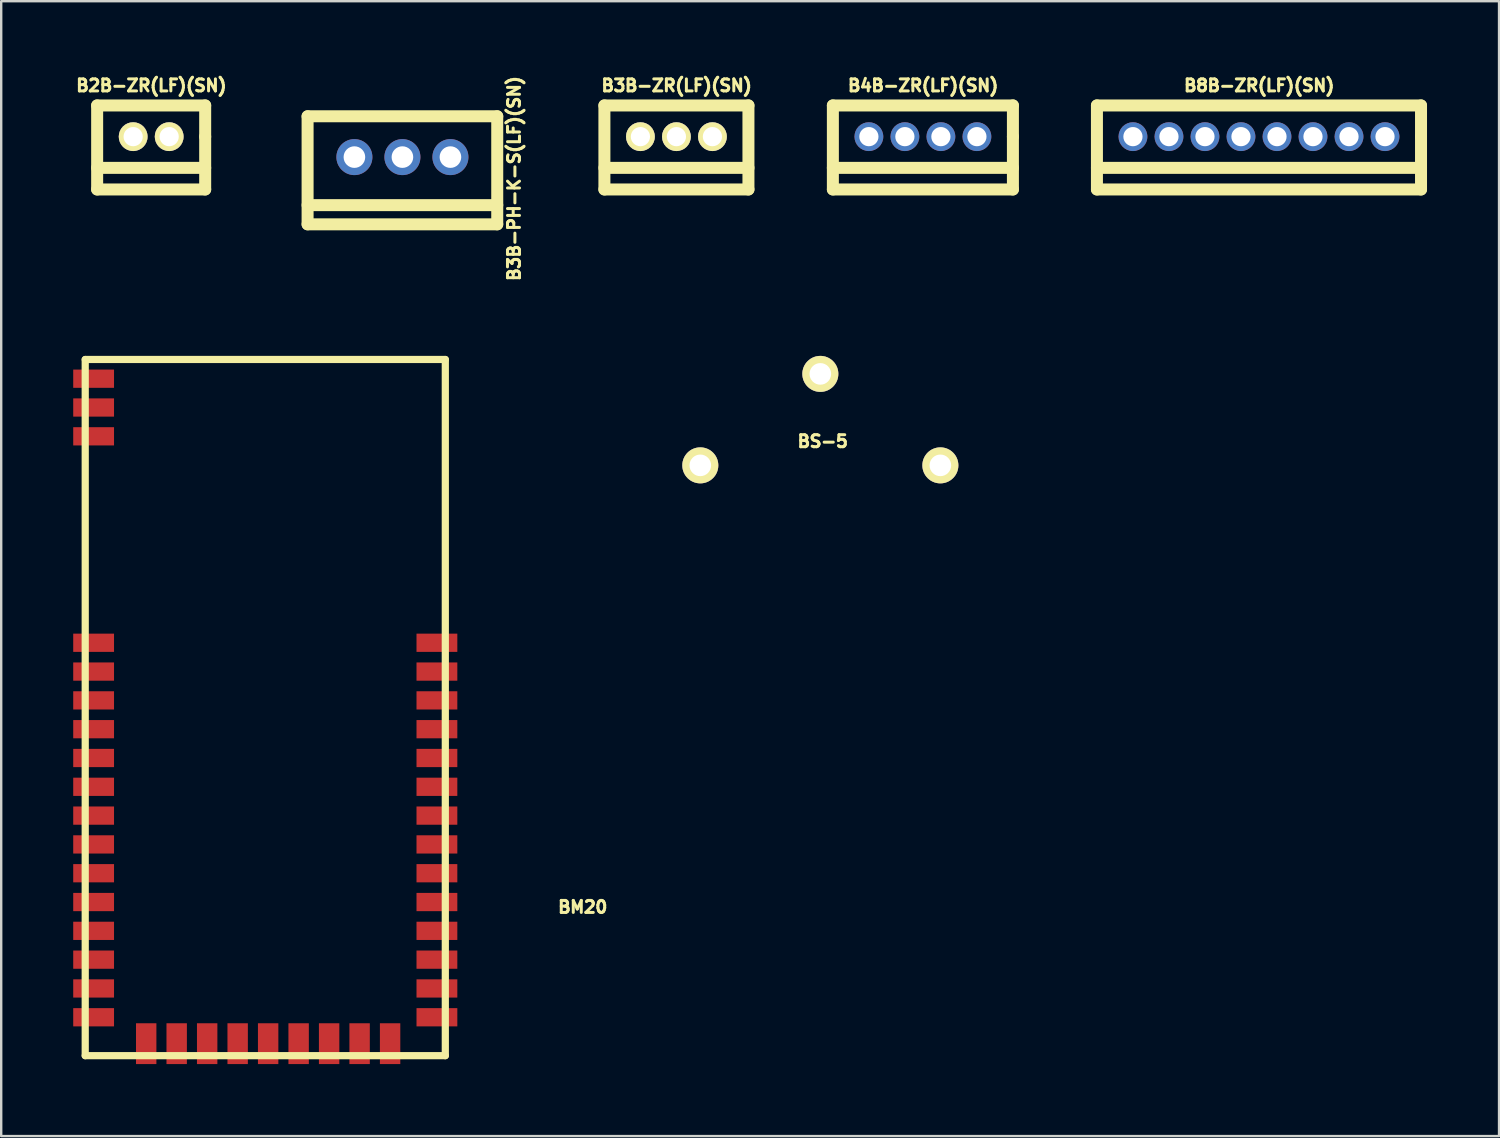
<source format=kicad_pcb>
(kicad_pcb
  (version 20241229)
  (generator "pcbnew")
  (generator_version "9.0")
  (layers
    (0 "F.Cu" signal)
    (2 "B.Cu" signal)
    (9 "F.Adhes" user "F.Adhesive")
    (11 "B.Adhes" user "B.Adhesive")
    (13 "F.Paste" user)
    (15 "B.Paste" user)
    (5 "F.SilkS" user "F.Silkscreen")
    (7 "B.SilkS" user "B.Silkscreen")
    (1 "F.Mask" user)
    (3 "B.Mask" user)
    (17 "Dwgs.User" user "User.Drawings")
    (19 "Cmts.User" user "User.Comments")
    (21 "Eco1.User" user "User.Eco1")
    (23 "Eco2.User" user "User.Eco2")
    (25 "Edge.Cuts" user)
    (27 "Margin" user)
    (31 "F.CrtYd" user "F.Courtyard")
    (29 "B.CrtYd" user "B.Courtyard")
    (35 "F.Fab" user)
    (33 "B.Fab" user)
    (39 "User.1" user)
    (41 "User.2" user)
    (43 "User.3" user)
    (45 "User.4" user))
  (footprint "BS-5"
    (layer "F.Cu")
    (at 31.122 14.43)
    (property "Reference" "BS-5" (at 0.099 0.904 0) (layer "F.SilkS") (effects (font (size 0.5 0.5) (thickness 0.125))))
    (attr through_hole)
    (pad "" np_thru_hole circle (at 5 1.905) (size 1.5 1.5) (drill 0.9) (layers "*.Cu" "*.Mask" "F.SilkS"))
    (pad "1" thru_hole circle (at -5 1.905) (size 1.5 1.5) (drill 0.9) (layers "*.Cu" "*.Mask" "F.SilkS"))
    (pad "2" thru_hole circle (at 0 -1.905) (size 1.5 1.5) (drill 0.9) (layers "*.Cu" "*.Mask" "F.SilkS")))
  (footprint "B3B-ZR(LF)(SN)"
    (layer "F.Cu")
    (at 25.127 2.642)
    (property "Reference" "B3B-ZR(LF)(SN)" (at 0.01 -2.13 0) (layer "F.SilkS") (effects (font (size 0.5 0.5) (thickness 0.125))))
    (attr through_hole)
    (fp_line (start -3 -1.3) (end 3 -1.3) (stroke (width 0.5) (type solid)) (layer "F.SilkS"))
    (fp_line (start -3 2.2) (end -3 -1.3) (stroke (width 0.5) (type solid)) (layer "F.SilkS"))
    (fp_line (start 3 -1.3) (end 3 2.2) (stroke (width 0.5) (type solid)) (layer "F.SilkS"))
    (fp_line (start 3 1.3) (end -3 1.3) (stroke (width 0.5) (type solid)) (layer "F.SilkS"))
    (fp_line (start 3 2.2) (end -3 2.2) (stroke (width 0.5) (type solid)) (layer "F.SilkS"))
    (pad "1" thru_hole circle (at -1.5 0) (size 1.2 1.2) (drill 0.8) (layers "*.Cu" "*.Mask" "F.SilkS"))
    (pad "2" thru_hole circle (at 0 0) (size 1.2 1.2) (drill 0.8) (layers "*.Cu" "*.Mask" "F.SilkS"))
    (pad "3" thru_hole circle (at 1.5 0) (size 1.2 1.2) (drill 0.8) (layers "*.Cu" "*.Mask" "F.SilkS")))
  (footprint "BM20"
    (layer "F.Cu")
    (at 0.5 40.925)
    (property "Reference" "BM20" (at 20.723 -6.192 0) (layer "F.SilkS") (effects (font (size 0.5 0.5) (thickness 0.125))))
    (attr through_hole)
    (fp_line (start 0 -29) (end 15 -29) (stroke (width 0.3) (type solid)) (layer "F.SilkS"))
    (fp_line (start 0 0) (end 0 -29) (stroke (width 0.3) (type solid)) (layer "F.SilkS"))
    (fp_line (start 0 0) (end 15 0) (stroke (width 0.3) (type solid)) (layer "F.SilkS"))
    (fp_line (start 15 0) (end 15 -29) (stroke (width 0.3) (type solid)) (layer "F.SilkS"))
    (pad "1" smd rect (at 0.35 -28.2) (size 1.7 0.76) (layers "F.Cu" "F.Mask" "F.Paste"))
    (pad "1" smd rect (at 0.35 -27) (size 1.7 0.76) (layers "F.Cu" "F.Mask" "F.Paste"))
    (pad "1" smd rect (at 0.35 -25.8) (size 1.7 0.76) (layers "F.Cu" "F.Mask" "F.Paste"))
    (pad "1" smd rect (at 0.35 -17.2) (size 1.7 0.76) (layers "F.Cu" "F.Mask" "F.Paste"))
    (pad "2" smd rect (at 0.35 -16) (size 1.7 0.76) (layers "F.Cu" "F.Mask" "F.Paste"))
    (pad "3" smd rect (at 0.35 -14.8) (size 1.7 0.76) (layers "F.Cu" "F.Mask" "F.Paste"))
    (pad "4" smd rect (at 0.35 -13.6) (size 1.7 0.76) (layers "F.Cu" "F.Mask" "F.Paste"))
    (pad "5" smd rect (at 0.35 -12.4) (size 1.7 0.76) (layers "F.Cu" "F.Mask" "F.Paste"))
    (pad "6" smd rect (at 0.35 -11.2) (size 1.7 0.76) (layers "F.Cu" "F.Mask" "F.Paste"))
    (pad "7" smd rect (at 0.35 -10) (size 1.7 0.76) (layers "F.Cu" "F.Mask" "F.Paste"))
    (pad "8" smd rect (at 0.35 -8.8) (size 1.7 0.76) (layers "F.Cu" "F.Mask" "F.Paste"))
    (pad "9" smd rect (at 0.35 -7.6) (size 1.7 0.76) (layers "F.Cu" "F.Mask" "F.Paste"))
    (pad "10" smd rect (at 0.35 -6.4) (size 1.7 0.76) (layers "F.Cu" "F.Mask" "F.Paste"))
    (pad "11" smd rect (at 0.35 -5.2) (size 1.7 0.76) (layers "F.Cu" "F.Mask" "F.Paste"))
    (pad "12" smd rect (at 0.35 -4) (size 1.7 0.76) (layers "F.Cu" "F.Mask" "F.Paste"))
    (pad "13" smd rect (at 0.35 -2.8) (size 1.7 0.76) (layers "F.Cu" "F.Mask" "F.Paste"))
    (pad "14" smd rect (at 0.35 -1.6) (size 1.7 0.76) (layers "F.Cu" "F.Mask" "F.Paste"))
    (pad "15" smd rect (at 2.54 -0.5 90) (size 1.7 0.85) (layers "F.Cu" "F.Mask" "F.Paste"))
    (pad "16" smd rect (at 3.81 -0.5 90) (size 1.7 0.85) (layers "F.Cu" "F.Mask" "F.Paste"))
    (pad "17" smd rect (at 5.08 -0.5 90) (size 1.7 0.85) (layers "F.Cu" "F.Mask" "F.Paste"))
    (pad "18" smd rect (at 6.35 -0.5 90) (size 1.7 0.85) (layers "F.Cu" "F.Mask" "F.Paste"))
    (pad "19" smd rect (at 7.62 -0.5 90) (size 1.7 0.85) (layers "F.Cu" "F.Mask" "F.Paste"))
    (pad "20" smd rect (at 8.89 -0.5 90) (size 1.7 0.85) (layers "F.Cu" "F.Mask" "F.Paste"))
    (pad "21" smd rect (at 10.16 -0.5 90) (size 1.7 0.85) (layers "F.Cu" "F.Mask" "F.Paste"))
    (pad "22" smd rect (at 11.43 -0.5 90) (size 1.7 0.85) (layers "F.Cu" "F.Mask" "F.Paste"))
    (pad "23" smd rect (at 12.7 -0.5 90) (size 1.7 0.85) (layers "F.Cu" "F.Mask" "F.Paste"))
    (pad "24" smd rect (at 14.65 -1.6) (size 1.7 0.76) (layers "F.Cu" "F.Mask" "F.Paste"))
    (pad "25" smd rect (at 14.65 -2.8) (size 1.7 0.76) (layers "F.Cu" "F.Mask" "F.Paste"))
    (pad "26" smd rect (at 14.65 -4) (size 1.7 0.76) (layers "F.Cu" "F.Mask" "F.Paste"))
    (pad "27" smd rect (at 14.65 -5.2) (size 1.7 0.76) (layers "F.Cu" "F.Mask" "F.Paste"))
    (pad "28" smd rect (at 14.65 -6.4) (size 1.7 0.76) (layers "F.Cu" "F.Mask" "F.Paste"))
    (pad "29" smd rect (at 14.65 -7.6) (size 1.7 0.76) (layers "F.Cu" "F.Mask" "F.Paste"))
    (pad "30" smd rect (at 14.65 -8.8) (size 1.7 0.76) (layers "F.Cu" "F.Mask" "F.Paste"))
    (pad "31" smd rect (at 14.65 -10) (size 1.7 0.76) (layers "F.Cu" "F.Mask" "F.Paste"))
    (pad "32" smd rect (at 14.65 -11.2) (size 1.7 0.76) (layers "F.Cu" "F.Mask" "F.Paste"))
    (pad "33" smd rect (at 14.65 -12.4) (size 1.7 0.76) (layers "F.Cu" "F.Mask" "F.Paste"))
    (pad "34" smd rect (at 14.65 -13.6) (size 1.7 0.76) (layers "F.Cu" "F.Mask" "F.Paste"))
    (pad "35" smd rect (at 14.65 -14.8) (size 1.7 0.76) (layers "F.Cu" "F.Mask" "F.Paste"))
    (pad "36" smd rect (at 14.65 -16) (size 1.7 0.76) (layers "F.Cu" "F.Mask" "F.Paste"))
    (pad "37" smd rect (at 14.65 -17.2) (size 1.7 0.76) (layers "F.Cu" "F.Mask" "F.Paste")))
  (footprint "B2B-ZR(LF)(SN)"
    (layer "F.Cu")
    (at 3.247 2.642)
    (property "Reference" "B2B-ZR(LF)(SN)" (at 0.01 -2.13 0) (layer "F.SilkS") (effects (font (size 0.5 0.5) (thickness 0.125))))
    (attr through_hole)
    (fp_line (start -2.25 -1.3) (end 2.25 -1.3) (stroke (width 0.5) (type solid)) (layer "F.SilkS"))
    (fp_line (start -2.25 2.2) (end -2.25 -1.3) (stroke (width 0.5) (type solid)) (layer "F.SilkS"))
    (fp_line (start 2.25 -1.3) (end 2.25 0) (stroke (width 0.5) (type solid)) (layer "F.SilkS"))
    (fp_line (start 2.25 0) (end 2.25 2.2) (stroke (width 0.5) (type solid)) (layer "F.SilkS"))
    (fp_line (start 2.25 1.3) (end -2.25 1.3) (stroke (width 0.5) (type solid)) (layer "F.SilkS"))
    (fp_line (start 2.25 2.2) (end -2.25 2.2) (stroke (width 0.5) (type solid)) (layer "F.SilkS"))
    (pad "1" thru_hole circle (at -0.75 0) (size 1.2 1.2) (drill 0.8) (layers "*.Cu" "*.Mask" "F.SilkS"))
    (pad "2" thru_hole circle (at 0.75 0) (size 1.2 1.2) (drill 0.8) (layers "*.Cu" "*.Mask" "F.SilkS")))
  (footprint "B8B-ZR(LF)(SN)"
    (layer "F.Cu")
    (at 49.394 2.642)
    (property "Reference" "B8B-ZR(LF)(SN)" (at 0.01 -2.13 0) (layer "F.SilkS") (effects (font (size 0.5 0.5) (thickness 0.125))))
    (attr through_hole)
    (fp_line (start -6.75 -1.3) (end 6.75 -1.3) (stroke (width 0.5) (type solid)) (layer "F.SilkS"))
    (fp_line (start -6.75 1.3) (end 6.75 1.3) (stroke (width 0.5) (type solid)) (layer "F.SilkS"))
    (fp_line (start -6.75 2.2) (end -6.75 -1.3) (stroke (width 0.5) (type solid)) (layer "F.SilkS"))
    (fp_line (start 6.75 -1.3) (end 6.75 0) (stroke (width 0.5) (type solid)) (layer "F.SilkS"))
    (fp_line (start 6.75 0) (end 6.75 2.2) (stroke (width 0.5) (type solid)) (layer "F.SilkS"))
    (fp_line (start 6.75 2.2) (end -6.75 2.2) (stroke (width 0.5) (type solid)) (layer "F.SilkS"))
    (pad "1" thru_hole circle (at -5.25 0) (size 1.2 1.2) (drill 0.8) (layers "*.Cu" "*.Mask"))
    (pad "2" thru_hole circle (at -3.75 0) (size 1.2 1.2) (drill 0.8) (layers "*.Cu" "*.Mask"))
    (pad "3" thru_hole circle (at -2.25 0) (size 1.2 1.2) (drill 0.8) (layers "*.Cu" "*.Mask"))
    (pad "4" thru_hole circle (at -0.75 0) (size 1.2 1.2) (drill 0.8) (layers "*.Cu" "*.Mask"))
    (pad "5" thru_hole circle (at 0.75 0) (size 1.2 1.2) (drill 0.8) (layers "*.Cu" "*.Mask"))
    (pad "6" thru_hole circle (at 2.25 0) (size 1.2 1.2) (drill 0.8) (layers "*.Cu" "*.Mask"))
    (pad "7" thru_hole circle (at 3.75 0) (size 1.2 1.2) (drill 0.8) (layers "*.Cu" "*.Mask"))
    (pad "8" thru_hole circle (at 5.25 0) (size 1.2 1.2) (drill 0.8) (layers "*.Cu" "*.Mask")))
  (footprint "B3B-PH-K-S(LF)(SN)"
    (layer "F.Cu")
    (at 13.713 3.494)
    (property "Reference" "B3B-PH-K-S(LF)(SN)" (at 4.652 0.894 90) (layer "F.SilkS") (effects (font (size 0.5 0.5) (thickness 0.125))))
    (attr through_hole)
    (fp_line (start -3.95 -1.7) (end -3.95 2.8) (stroke (width 0.5) (type solid)) (layer "F.SilkS"))
    (fp_line (start -3.95 -1.7) (end 3.95 -1.7) (stroke (width 0.5) (type solid)) (layer "F.SilkS"))
    (fp_line (start -3.95 2) (end 3.95 2) (stroke (width 0.5) (type solid)) (layer "F.SilkS"))
    (fp_line (start -3.95 2.8) (end 3.95 2.8) (stroke (width 0.5) (type solid)) (layer "F.SilkS"))
    (fp_line (start 3.95 -1.7) (end 3.95 2.8) (stroke (width 0.5) (type solid)) (layer "F.SilkS"))
    (pad "1" thru_hole circle (at -2 0) (size 1.5 1.5) (drill 0.9) (layers "*.Cu" "*.Mask"))
    (pad "2" thru_hole circle (at 0 0) (size 1.5 1.5) (drill 0.9) (layers "*.Cu" "*.Mask"))
    (pad "3" thru_hole circle (at 2 0) (size 1.5 1.5) (drill 0.9) (layers "*.Cu" "*.Mask")))
  (footprint "B4B-ZR(LF)(SN)"
    (layer "F.Cu")
    (at 35.394 2.642)
    (property "Reference" "B4B-ZR(LF)(SN)" (at 0.01 -2.13 0) (layer "F.SilkS") (effects (font (size 0.5 0.5) (thickness 0.125))))
    (attr through_hole)
    (fp_line (start -3.75 -1.3) (end 3.75 -1.3) (stroke (width 0.5) (type solid)) (layer "F.SilkS"))
    (fp_line (start -3.75 1.3) (end 3.75 1.3) (stroke (width 0.5) (type solid)) (layer "F.SilkS"))
    (fp_line (start -3.75 2.2) (end -3.75 -1.3) (stroke (width 0.5) (type solid)) (layer "F.SilkS"))
    (fp_line (start 3.75 -1.3) (end 3.75 0) (stroke (width 0.5) (type solid)) (layer "F.SilkS"))
    (fp_line (start 3.75 0) (end 3.75 2.2) (stroke (width 0.5) (type solid)) (layer "F.SilkS"))
    (fp_line (start 3.75 2.2) (end -3.75 2.2) (stroke (width 0.5) (type solid)) (layer "F.SilkS"))
    (pad "1" thru_hole circle (at -2.25 0) (size 1.2 1.2) (drill 0.8) (layers "*.Cu" "*.Mask"))
    (pad "2" thru_hole circle (at -0.75 0) (size 1.2 1.2) (drill 0.8) (layers "*.Cu" "*.Mask"))
    (pad "3" thru_hole circle (at 0.75 0) (size 1.2 1.2) (drill 0.8) (layers "*.Cu" "*.Mask"))
    (pad "4" thru_hole circle (at 2.25 0) (size 1.2 1.2) (drill 0.8) (layers "*.Cu" "*.Mask")))
  (gr_rect
    (start -3 -3)
    (end 59.394 44.275)
    (stroke (width 0.1) (type default))
    (fill no)
    (layer "Edge.Cuts")))
</source>
